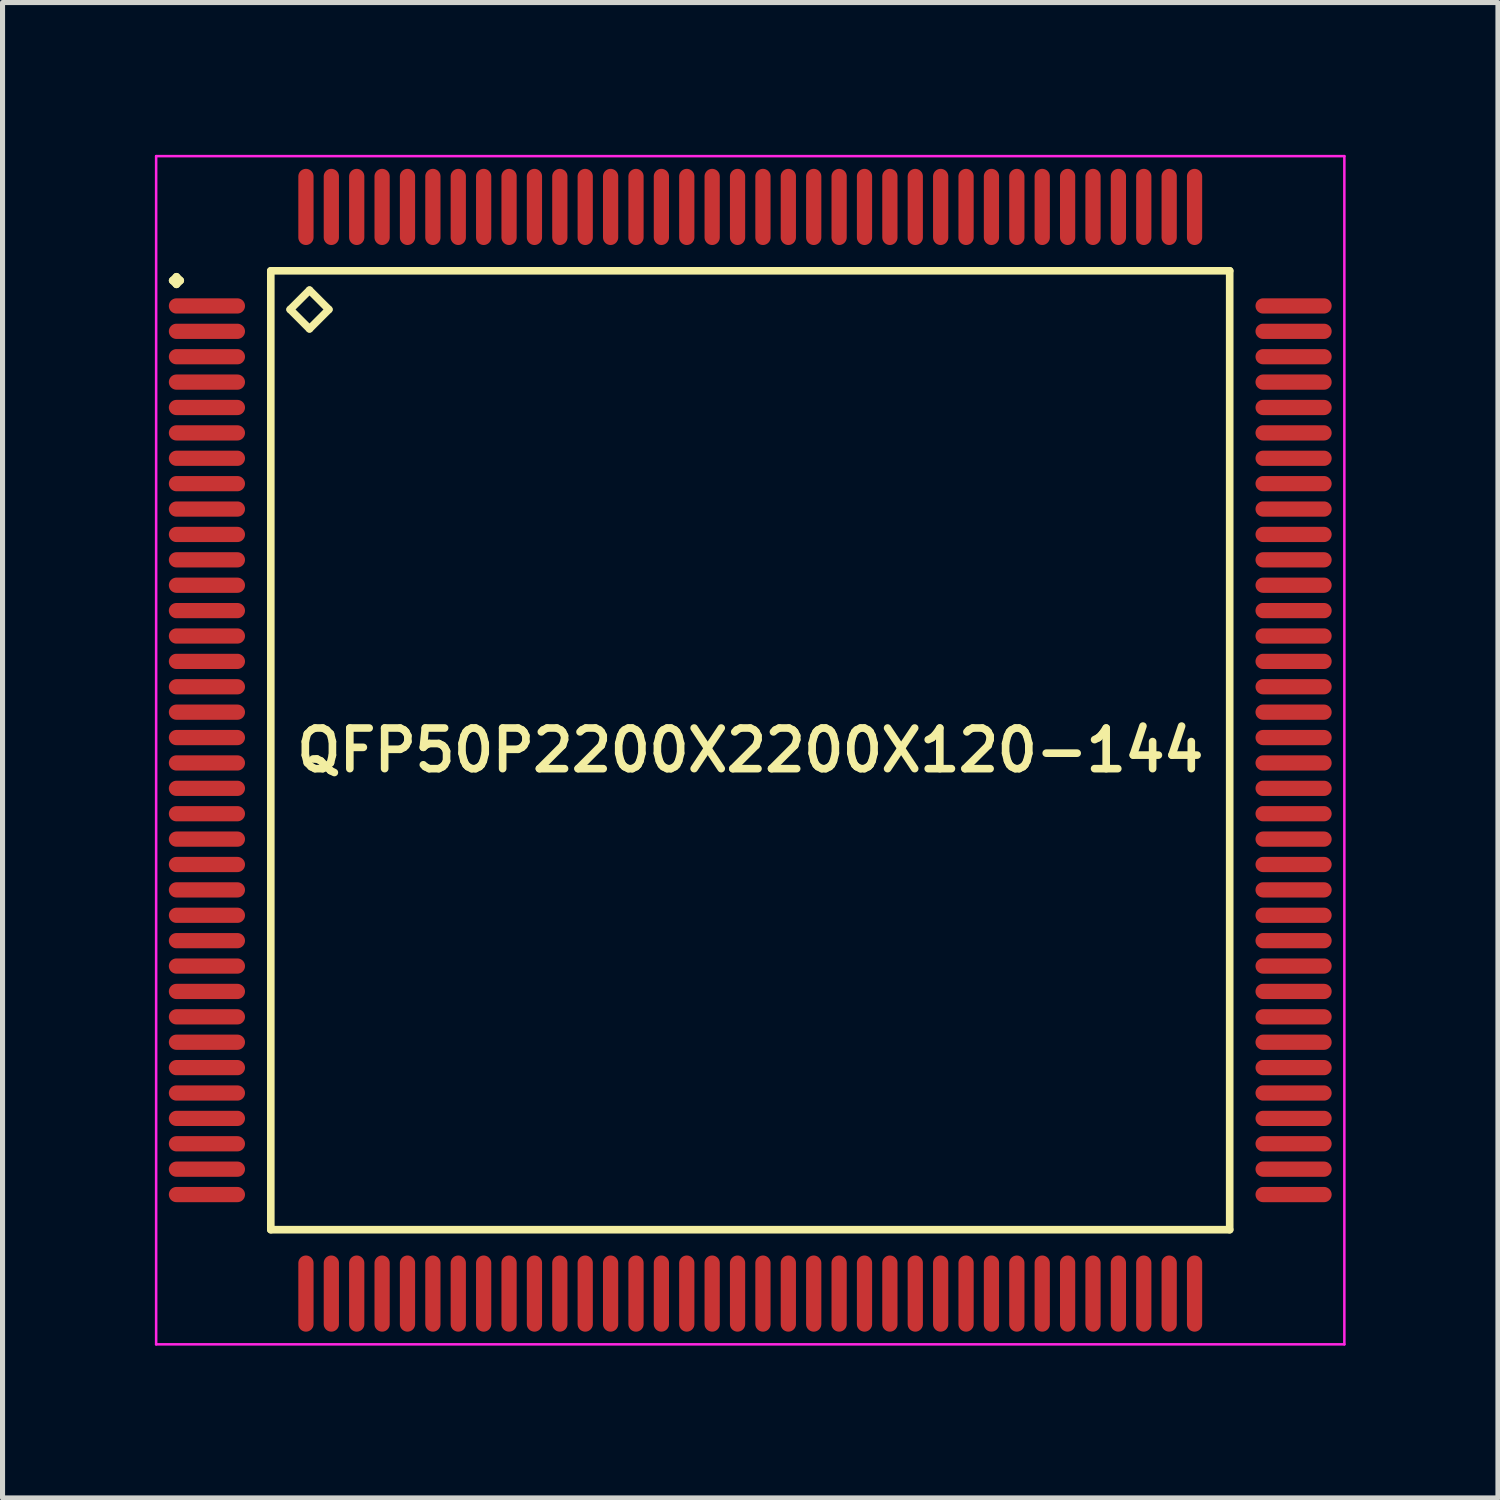
<source format=kicad_pcb>
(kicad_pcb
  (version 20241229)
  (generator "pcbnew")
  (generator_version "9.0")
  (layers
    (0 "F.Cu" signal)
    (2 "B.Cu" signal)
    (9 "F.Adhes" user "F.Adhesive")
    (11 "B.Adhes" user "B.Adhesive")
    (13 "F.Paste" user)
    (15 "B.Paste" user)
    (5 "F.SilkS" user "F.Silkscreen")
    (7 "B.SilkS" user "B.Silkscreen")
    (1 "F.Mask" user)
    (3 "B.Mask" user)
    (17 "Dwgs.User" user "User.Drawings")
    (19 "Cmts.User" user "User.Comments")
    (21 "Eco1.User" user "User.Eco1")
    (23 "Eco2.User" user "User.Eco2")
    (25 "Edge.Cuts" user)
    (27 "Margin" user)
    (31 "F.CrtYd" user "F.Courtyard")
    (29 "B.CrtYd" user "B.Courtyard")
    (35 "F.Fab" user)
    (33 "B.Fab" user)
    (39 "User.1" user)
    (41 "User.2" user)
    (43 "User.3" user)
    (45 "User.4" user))
  (footprint "QFP50P2200X2200X120-144"
    (layer "F.Cu")
    (at 11.725 11.725)
    (property "Reference" "QFP50P2200X2200X120-144" (at 0 0 0) (layer "F.SilkS") (effects (font (size 0.8 0.8) (thickness 0.15))))
    (attr smd)
    (fp_line (start -11.375 -9.25) (end -11.3 -9.325) (stroke (width 0.15) (type solid)) (layer "F.SilkS"))
    (fp_line (start -11.3 -9.325) (end -11.225 -9.25) (stroke (width 0.15) (type solid)) (layer "F.SilkS"))
    (fp_line (start -11.3 -9.175) (end -11.375 -9.25) (stroke (width 0.15) (type solid)) (layer "F.SilkS"))
    (fp_line (start -11.225 -9.25) (end -11.3 -9.175) (stroke (width 0.15) (type solid)) (layer "F.SilkS"))
    (fp_line (start -9.442 -9.442) (end -9.442 9.442) (stroke (width 0.15) (type solid)) (layer "F.SilkS"))
    (fp_line (start -9.442 9.442) (end 9.442 9.442) (stroke (width 0.15) (type solid)) (layer "F.SilkS"))
    (fp_line (start -9.061 -8.68) (end -8.68 -9.061) (stroke (width 0.15) (type solid)) (layer "F.SilkS"))
    (fp_line (start -8.68 -9.061) (end -8.299 -8.68) (stroke (width 0.15) (type solid)) (layer "F.SilkS"))
    (fp_line (start -8.68 -8.299) (end -9.061 -8.68) (stroke (width 0.15) (type solid)) (layer "F.SilkS"))
    (fp_line (start -8.299 -8.68) (end -8.68 -8.299) (stroke (width 0.15) (type solid)) (layer "F.SilkS"))
    (fp_line (start 9.442 -9.442) (end -9.442 -9.442) (stroke (width 0.15) (type solid)) (layer "F.SilkS"))
    (fp_line (start 9.442 9.442) (end 9.442 -9.442) (stroke (width 0.15) (type solid)) (layer "F.SilkS"))
    (fp_line (start -11.7 -11.7) (end 11.7 -11.7) (stroke (width 0.05) (type solid)) (layer "F.CrtYd"))
    (fp_line (start -11.7 11.7) (end -11.7 -11.7) (stroke (width 0.05) (type solid)) (layer "F.CrtYd"))
    (fp_line (start 11.7 -11.7) (end 11.7 11.7) (stroke (width 0.05) (type solid)) (layer "F.CrtYd"))
    (fp_line (start 11.7 11.7) (end -11.7 11.7) (stroke (width 0.05) (type solid)) (layer "F.CrtYd"))
    (pad "1" smd oval (at -10.7 -8.75) (size 1.5 0.3) (layers "F.Cu" "F.Mask" "F.Paste"))
    (pad "2" smd oval (at -10.7 -8.25) (size 1.5 0.3) (layers "F.Cu" "F.Mask" "F.Paste"))
    (pad "3" smd oval (at -10.7 -7.75) (size 1.5 0.3) (layers "F.Cu" "F.Mask" "F.Paste"))
    (pad "4" smd oval (at -10.7 -7.25) (size 1.5 0.3) (layers "F.Cu" "F.Mask" "F.Paste"))
    (pad "5" smd oval (at -10.7 -6.75) (size 1.5 0.3) (layers "F.Cu" "F.Mask" "F.Paste"))
    (pad "6" smd oval (at -10.7 -6.25) (size 1.5 0.3) (layers "F.Cu" "F.Mask" "F.Paste"))
    (pad "7" smd oval (at -10.7 -5.75) (size 1.5 0.3) (layers "F.Cu" "F.Mask" "F.Paste"))
    (pad "8" smd oval (at -10.7 -5.25) (size 1.5 0.3) (layers "F.Cu" "F.Mask" "F.Paste"))
    (pad "9" smd oval (at -10.7 -4.75) (size 1.5 0.3) (layers "F.Cu" "F.Mask" "F.Paste"))
    (pad "10" smd oval (at -10.7 -4.25) (size 1.5 0.3) (layers "F.Cu" "F.Mask" "F.Paste"))
    (pad "11" smd oval (at -10.7 -3.75) (size 1.5 0.3) (layers "F.Cu" "F.Mask" "F.Paste"))
    (pad "12" smd oval (at -10.7 -3.25) (size 1.5 0.3) (layers "F.Cu" "F.Mask" "F.Paste"))
    (pad "13" smd oval (at -10.7 -2.75) (size 1.5 0.3) (layers "F.Cu" "F.Mask" "F.Paste"))
    (pad "14" smd oval (at -10.7 -2.25) (size 1.5 0.3) (layers "F.Cu" "F.Mask" "F.Paste"))
    (pad "15" smd oval (at -10.7 -1.75) (size 1.5 0.3) (layers "F.Cu" "F.Mask" "F.Paste"))
    (pad "16" smd oval (at -10.7 -1.25) (size 1.5 0.3) (layers "F.Cu" "F.Mask" "F.Paste"))
    (pad "17" smd oval (at -10.7 -0.75) (size 1.5 0.3) (layers "F.Cu" "F.Mask" "F.Paste"))
    (pad "18" smd oval (at -10.7 -0.25) (size 1.5 0.3) (layers "F.Cu" "F.Mask" "F.Paste"))
    (pad "19" smd oval (at -10.7 0.25) (size 1.5 0.3) (layers "F.Cu" "F.Mask" "F.Paste"))
    (pad "20" smd oval (at -10.7 0.75) (size 1.5 0.3) (layers "F.Cu" "F.Mask" "F.Paste"))
    (pad "21" smd oval (at -10.7 1.25) (size 1.5 0.3) (layers "F.Cu" "F.Mask" "F.Paste"))
    (pad "22" smd oval (at -10.7 1.75) (size 1.5 0.3) (layers "F.Cu" "F.Mask" "F.Paste"))
    (pad "23" smd oval (at -10.7 2.25) (size 1.5 0.3) (layers "F.Cu" "F.Mask" "F.Paste"))
    (pad "24" smd oval (at -10.7 2.75) (size 1.5 0.3) (layers "F.Cu" "F.Mask" "F.Paste"))
    (pad "25" smd oval (at -10.7 3.25) (size 1.5 0.3) (layers "F.Cu" "F.Mask" "F.Paste"))
    (pad "26" smd oval (at -10.7 3.75) (size 1.5 0.3) (layers "F.Cu" "F.Mask" "F.Paste"))
    (pad "27" smd oval (at -10.7 4.25) (size 1.5 0.3) (layers "F.Cu" "F.Mask" "F.Paste"))
    (pad "28" smd oval (at -10.7 4.75) (size 1.5 0.3) (layers "F.Cu" "F.Mask" "F.Paste"))
    (pad "29" smd oval (at -10.7 5.25) (size 1.5 0.3) (layers "F.Cu" "F.Mask" "F.Paste"))
    (pad "30" smd oval (at -10.7 5.75) (size 1.5 0.3) (layers "F.Cu" "F.Mask" "F.Paste"))
    (pad "31" smd oval (at -10.7 6.25) (size 1.5 0.3) (layers "F.Cu" "F.Mask" "F.Paste"))
    (pad "32" smd oval (at -10.7 6.75) (size 1.5 0.3) (layers "F.Cu" "F.Mask" "F.Paste"))
    (pad "33" smd oval (at -10.7 7.25) (size 1.5 0.3) (layers "F.Cu" "F.Mask" "F.Paste"))
    (pad "34" smd oval (at -10.7 7.75) (size 1.5 0.3) (layers "F.Cu" "F.Mask" "F.Paste"))
    (pad "35" smd oval (at -10.7 8.25) (size 1.5 0.3) (layers "F.Cu" "F.Mask" "F.Paste"))
    (pad "36" smd oval (at -10.7 8.75) (size 1.5 0.3) (layers "F.Cu" "F.Mask" "F.Paste"))
    (pad "37" smd oval (at -8.75 10.7) (size 0.3 1.5) (layers "F.Cu" "F.Mask" "F.Paste"))
    (pad "38" smd oval (at -8.25 10.7) (size 0.3 1.5) (layers "F.Cu" "F.Mask" "F.Paste"))
    (pad "39" smd oval (at -7.75 10.7) (size 0.3 1.5) (layers "F.Cu" "F.Mask" "F.Paste"))
    (pad "40" smd oval (at -7.25 10.7) (size 0.3 1.5) (layers "F.Cu" "F.Mask" "F.Paste"))
    (pad "41" smd oval (at -6.75 10.7) (size 0.3 1.5) (layers "F.Cu" "F.Mask" "F.Paste"))
    (pad "42" smd oval (at -6.25 10.7) (size 0.3 1.5) (layers "F.Cu" "F.Mask" "F.Paste"))
    (pad "43" smd oval (at -5.75 10.7) (size 0.3 1.5) (layers "F.Cu" "F.Mask" "F.Paste"))
    (pad "44" smd oval (at -5.25 10.7) (size 0.3 1.5) (layers "F.Cu" "F.Mask" "F.Paste"))
    (pad "45" smd oval (at -4.75 10.7) (size 0.3 1.5) (layers "F.Cu" "F.Mask" "F.Paste"))
    (pad "46" smd oval (at -4.25 10.7) (size 0.3 1.5) (layers "F.Cu" "F.Mask" "F.Paste"))
    (pad "47" smd oval (at -3.75 10.7) (size 0.3 1.5) (layers "F.Cu" "F.Mask" "F.Paste"))
    (pad "48" smd oval (at -3.25 10.7) (size 0.3 1.5) (layers "F.Cu" "F.Mask" "F.Paste"))
    (pad "49" smd oval (at -2.75 10.7) (size 0.3 1.5) (layers "F.Cu" "F.Mask" "F.Paste"))
    (pad "50" smd oval (at -2.25 10.7) (size 0.3 1.5) (layers "F.Cu" "F.Mask" "F.Paste"))
    (pad "51" smd oval (at -1.75 10.7) (size 0.3 1.5) (layers "F.Cu" "F.Mask" "F.Paste"))
    (pad "52" smd oval (at -1.25 10.7) (size 0.3 1.5) (layers "F.Cu" "F.Mask" "F.Paste"))
    (pad "53" smd oval (at -0.75 10.7) (size 0.3 1.5) (layers "F.Cu" "F.Mask" "F.Paste"))
    (pad "54" smd oval (at -0.25 10.7) (size 0.3 1.5) (layers "F.Cu" "F.Mask" "F.Paste"))
    (pad "55" smd oval (at 0.25 10.7) (size 0.3 1.5) (layers "F.Cu" "F.Mask" "F.Paste"))
    (pad "56" smd oval (at 0.75 10.7) (size 0.3 1.5) (layers "F.Cu" "F.Mask" "F.Paste"))
    (pad "57" smd oval (at 1.25 10.7) (size 0.3 1.5) (layers "F.Cu" "F.Mask" "F.Paste"))
    (pad "58" smd oval (at 1.75 10.7) (size 0.3 1.5) (layers "F.Cu" "F.Mask" "F.Paste"))
    (pad "59" smd oval (at 2.25 10.7) (size 0.3 1.5) (layers "F.Cu" "F.Mask" "F.Paste"))
    (pad "60" smd oval (at 2.75 10.7) (size 0.3 1.5) (layers "F.Cu" "F.Mask" "F.Paste"))
    (pad "61" smd oval (at 3.25 10.7) (size 0.3 1.5) (layers "F.Cu" "F.Mask" "F.Paste"))
    (pad "62" smd oval (at 3.75 10.7) (size 0.3 1.5) (layers "F.Cu" "F.Mask" "F.Paste"))
    (pad "63" smd oval (at 4.25 10.7) (size 0.3 1.5) (layers "F.Cu" "F.Mask" "F.Paste"))
    (pad "64" smd oval (at 4.75 10.7) (size 0.3 1.5) (layers "F.Cu" "F.Mask" "F.Paste"))
    (pad "65" smd oval (at 5.25 10.7) (size 0.3 1.5) (layers "F.Cu" "F.Mask" "F.Paste"))
    (pad "66" smd oval (at 5.75 10.7) (size 0.3 1.5) (layers "F.Cu" "F.Mask" "F.Paste"))
    (pad "67" smd oval (at 6.25 10.7) (size 0.3 1.5) (layers "F.Cu" "F.Mask" "F.Paste"))
    (pad "68" smd oval (at 6.75 10.7) (size 0.3 1.5) (layers "F.Cu" "F.Mask" "F.Paste"))
    (pad "69" smd oval (at 7.25 10.7) (size 0.3 1.5) (layers "F.Cu" "F.Mask" "F.Paste"))
    (pad "70" smd oval (at 7.75 10.7) (size 0.3 1.5) (layers "F.Cu" "F.Mask" "F.Paste"))
    (pad "71" smd oval (at 8.25 10.7) (size 0.3 1.5) (layers "F.Cu" "F.Mask" "F.Paste"))
    (pad "72" smd oval (at 8.75 10.7) (size 0.3 1.5) (layers "F.Cu" "F.Mask" "F.Paste"))
    (pad "73" smd oval (at 10.7 8.75) (size 1.5 0.3) (layers "F.Cu" "F.Mask" "F.Paste"))
    (pad "74" smd oval (at 10.7 8.25) (size 1.5 0.3) (layers "F.Cu" "F.Mask" "F.Paste"))
    (pad "75" smd oval (at 10.7 7.75) (size 1.5 0.3) (layers "F.Cu" "F.Mask" "F.Paste"))
    (pad "76" smd oval (at 10.7 7.25) (size 1.5 0.3) (layers "F.Cu" "F.Mask" "F.Paste"))
    (pad "77" smd oval (at 10.7 6.75) (size 1.5 0.3) (layers "F.Cu" "F.Mask" "F.Paste"))
    (pad "78" smd oval (at 10.7 6.25) (size 1.5 0.3) (layers "F.Cu" "F.Mask" "F.Paste"))
    (pad "79" smd oval (at 10.7 5.75) (size 1.5 0.3) (layers "F.Cu" "F.Mask" "F.Paste"))
    (pad "80" smd oval (at 10.7 5.25) (size 1.5 0.3) (layers "F.Cu" "F.Mask" "F.Paste"))
    (pad "81" smd oval (at 10.7 4.75) (size 1.5 0.3) (layers "F.Cu" "F.Mask" "F.Paste"))
    (pad "82" smd oval (at 10.7 4.25) (size 1.5 0.3) (layers "F.Cu" "F.Mask" "F.Paste"))
    (pad "83" smd oval (at 10.7 3.75) (size 1.5 0.3) (layers "F.Cu" "F.Mask" "F.Paste"))
    (pad "84" smd oval (at 10.7 3.25) (size 1.5 0.3) (layers "F.Cu" "F.Mask" "F.Paste"))
    (pad "85" smd oval (at 10.7 2.75) (size 1.5 0.3) (layers "F.Cu" "F.Mask" "F.Paste"))
    (pad "86" smd oval (at 10.7 2.25) (size 1.5 0.3) (layers "F.Cu" "F.Mask" "F.Paste"))
    (pad "87" smd oval (at 10.7 1.75) (size 1.5 0.3) (layers "F.Cu" "F.Mask" "F.Paste"))
    (pad "88" smd oval (at 10.7 1.25) (size 1.5 0.3) (layers "F.Cu" "F.Mask" "F.Paste"))
    (pad "89" smd oval (at 10.7 0.75) (size 1.5 0.3) (layers "F.Cu" "F.Mask" "F.Paste"))
    (pad "90" smd oval (at 10.7 0.25) (size 1.5 0.3) (layers "F.Cu" "F.Mask" "F.Paste"))
    (pad "91" smd oval (at 10.7 -0.25) (size 1.5 0.3) (layers "F.Cu" "F.Mask" "F.Paste"))
    (pad "92" smd oval (at 10.7 -0.75) (size 1.5 0.3) (layers "F.Cu" "F.Mask" "F.Paste"))
    (pad "93" smd oval (at 10.7 -1.25) (size 1.5 0.3) (layers "F.Cu" "F.Mask" "F.Paste"))
    (pad "94" smd oval (at 10.7 -1.75) (size 1.5 0.3) (layers "F.Cu" "F.Mask" "F.Paste"))
    (pad "95" smd oval (at 10.7 -2.25) (size 1.5 0.3) (layers "F.Cu" "F.Mask" "F.Paste"))
    (pad "96" smd oval (at 10.7 -2.75) (size 1.5 0.3) (layers "F.Cu" "F.Mask" "F.Paste"))
    (pad "97" smd oval (at 10.7 -3.25) (size 1.5 0.3) (layers "F.Cu" "F.Mask" "F.Paste"))
    (pad "98" smd oval (at 10.7 -3.75) (size 1.5 0.3) (layers "F.Cu" "F.Mask" "F.Paste"))
    (pad "99" smd oval (at 10.7 -4.25) (size 1.5 0.3) (layers "F.Cu" "F.Mask" "F.Paste"))
    (pad "100" smd oval (at 10.7 -4.75) (size 1.5 0.3) (layers "F.Cu" "F.Mask" "F.Paste"))
    (pad "101" smd oval (at 10.7 -5.25) (size 1.5 0.3) (layers "F.Cu" "F.Mask" "F.Paste"))
    (pad "102" smd oval (at 10.7 -5.75) (size 1.5 0.3) (layers "F.Cu" "F.Mask" "F.Paste"))
    (pad "103" smd oval (at 10.7 -6.25) (size 1.5 0.3) (layers "F.Cu" "F.Mask" "F.Paste"))
    (pad "104" smd oval (at 10.7 -6.75) (size 1.5 0.3) (layers "F.Cu" "F.Mask" "F.Paste"))
    (pad "105" smd oval (at 10.7 -7.25) (size 1.5 0.3) (layers "F.Cu" "F.Mask" "F.Paste"))
    (pad "106" smd oval (at 10.7 -7.75) (size 1.5 0.3) (layers "F.Cu" "F.Mask" "F.Paste"))
    (pad "107" smd oval (at 10.7 -8.25) (size 1.5 0.3) (layers "F.Cu" "F.Mask" "F.Paste"))
    (pad "108" smd oval (at 10.7 -8.75) (size 1.5 0.3) (layers "F.Cu" "F.Mask" "F.Paste"))
    (pad "109" smd oval (at 8.75 -10.7) (size 0.3 1.5) (layers "F.Cu" "F.Mask" "F.Paste"))
    (pad "110" smd oval (at 8.25 -10.7) (size 0.3 1.5) (layers "F.Cu" "F.Mask" "F.Paste"))
    (pad "111" smd oval (at 7.75 -10.7) (size 0.3 1.5) (layers "F.Cu" "F.Mask" "F.Paste"))
    (pad "112" smd oval (at 7.25 -10.7) (size 0.3 1.5) (layers "F.Cu" "F.Mask" "F.Paste"))
    (pad "113" smd oval (at 6.75 -10.7) (size 0.3 1.5) (layers "F.Cu" "F.Mask" "F.Paste"))
    (pad "114" smd oval (at 6.25 -10.7) (size 0.3 1.5) (layers "F.Cu" "F.Mask" "F.Paste"))
    (pad "115" smd oval (at 5.75 -10.7) (size 0.3 1.5) (layers "F.Cu" "F.Mask" "F.Paste"))
    (pad "116" smd oval (at 5.25 -10.7) (size 0.3 1.5) (layers "F.Cu" "F.Mask" "F.Paste"))
    (pad "117" smd oval (at 4.75 -10.7) (size 0.3 1.5) (layers "F.Cu" "F.Mask" "F.Paste"))
    (pad "118" smd oval (at 4.25 -10.7) (size 0.3 1.5) (layers "F.Cu" "F.Mask" "F.Paste"))
    (pad "119" smd oval (at 3.75 -10.7) (size 0.3 1.5) (layers "F.Cu" "F.Mask" "F.Paste"))
    (pad "120" smd oval (at 3.25 -10.7) (size 0.3 1.5) (layers "F.Cu" "F.Mask" "F.Paste"))
    (pad "121" smd oval (at 2.75 -10.7) (size 0.3 1.5) (layers "F.Cu" "F.Mask" "F.Paste"))
    (pad "122" smd oval (at 2.25 -10.7) (size 0.3 1.5) (layers "F.Cu" "F.Mask" "F.Paste"))
    (pad "123" smd oval (at 1.75 -10.7) (size 0.3 1.5) (layers "F.Cu" "F.Mask" "F.Paste"))
    (pad "124" smd oval (at 1.25 -10.7) (size 0.3 1.5) (layers "F.Cu" "F.Mask" "F.Paste"))
    (pad "125" smd oval (at 0.75 -10.7) (size 0.3 1.5) (layers "F.Cu" "F.Mask" "F.Paste"))
    (pad "126" smd oval (at 0.25 -10.7) (size 0.3 1.5) (layers "F.Cu" "F.Mask" "F.Paste"))
    (pad "127" smd oval (at -0.25 -10.7) (size 0.3 1.5) (layers "F.Cu" "F.Mask" "F.Paste"))
    (pad "128" smd oval (at -0.75 -10.7) (size 0.3 1.5) (layers "F.Cu" "F.Mask" "F.Paste"))
    (pad "129" smd oval (at -1.25 -10.7) (size 0.3 1.5) (layers "F.Cu" "F.Mask" "F.Paste"))
    (pad "130" smd oval (at -1.75 -10.7) (size 0.3 1.5) (layers "F.Cu" "F.Mask" "F.Paste"))
    (pad "131" smd oval (at -2.25 -10.7) (size 0.3 1.5) (layers "F.Cu" "F.Mask" "F.Paste"))
    (pad "132" smd oval (at -2.75 -10.7) (size 0.3 1.5) (layers "F.Cu" "F.Mask" "F.Paste"))
    (pad "133" smd oval (at -3.25 -10.7) (size 0.3 1.5) (layers "F.Cu" "F.Mask" "F.Paste"))
    (pad "134" smd oval (at -3.75 -10.7) (size 0.3 1.5) (layers "F.Cu" "F.Mask" "F.Paste"))
    (pad "135" smd oval (at -4.25 -10.7) (size 0.3 1.5) (layers "F.Cu" "F.Mask" "F.Paste"))
    (pad "136" smd oval (at -4.75 -10.7) (size 0.3 1.5) (layers "F.Cu" "F.Mask" "F.Paste"))
    (pad "137" smd oval (at -5.25 -10.7) (size 0.3 1.5) (layers "F.Cu" "F.Mask" "F.Paste"))
    (pad "138" smd oval (at -5.75 -10.7) (size 0.3 1.5) (layers "F.Cu" "F.Mask" "F.Paste"))
    (pad "139" smd oval (at -6.25 -10.7) (size 0.3 1.5) (layers "F.Cu" "F.Mask" "F.Paste"))
    (pad "140" smd oval (at -6.75 -10.7) (size 0.3 1.5) (layers "F.Cu" "F.Mask" "F.Paste"))
    (pad "141" smd oval (at -7.25 -10.7) (size 0.3 1.5) (layers "F.Cu" "F.Mask" "F.Paste"))
    (pad "142" smd oval (at -7.75 -10.7) (size 0.3 1.5) (layers "F.Cu" "F.Mask" "F.Paste"))
    (pad "143" smd oval (at -8.25 -10.7) (size 0.3 1.5) (layers "F.Cu" "F.Mask" "F.Paste"))
    (pad "144" smd oval (at -8.75 -10.7) (size 0.3 1.5) (layers "F.Cu" "F.Mask" "F.Paste")))
  (gr_rect
    (start -3 -3)
    (end 26.45 26.45)
    (stroke (width 0.1) (type default))
    (fill no)
    (layer "Edge.Cuts")))
</source>
